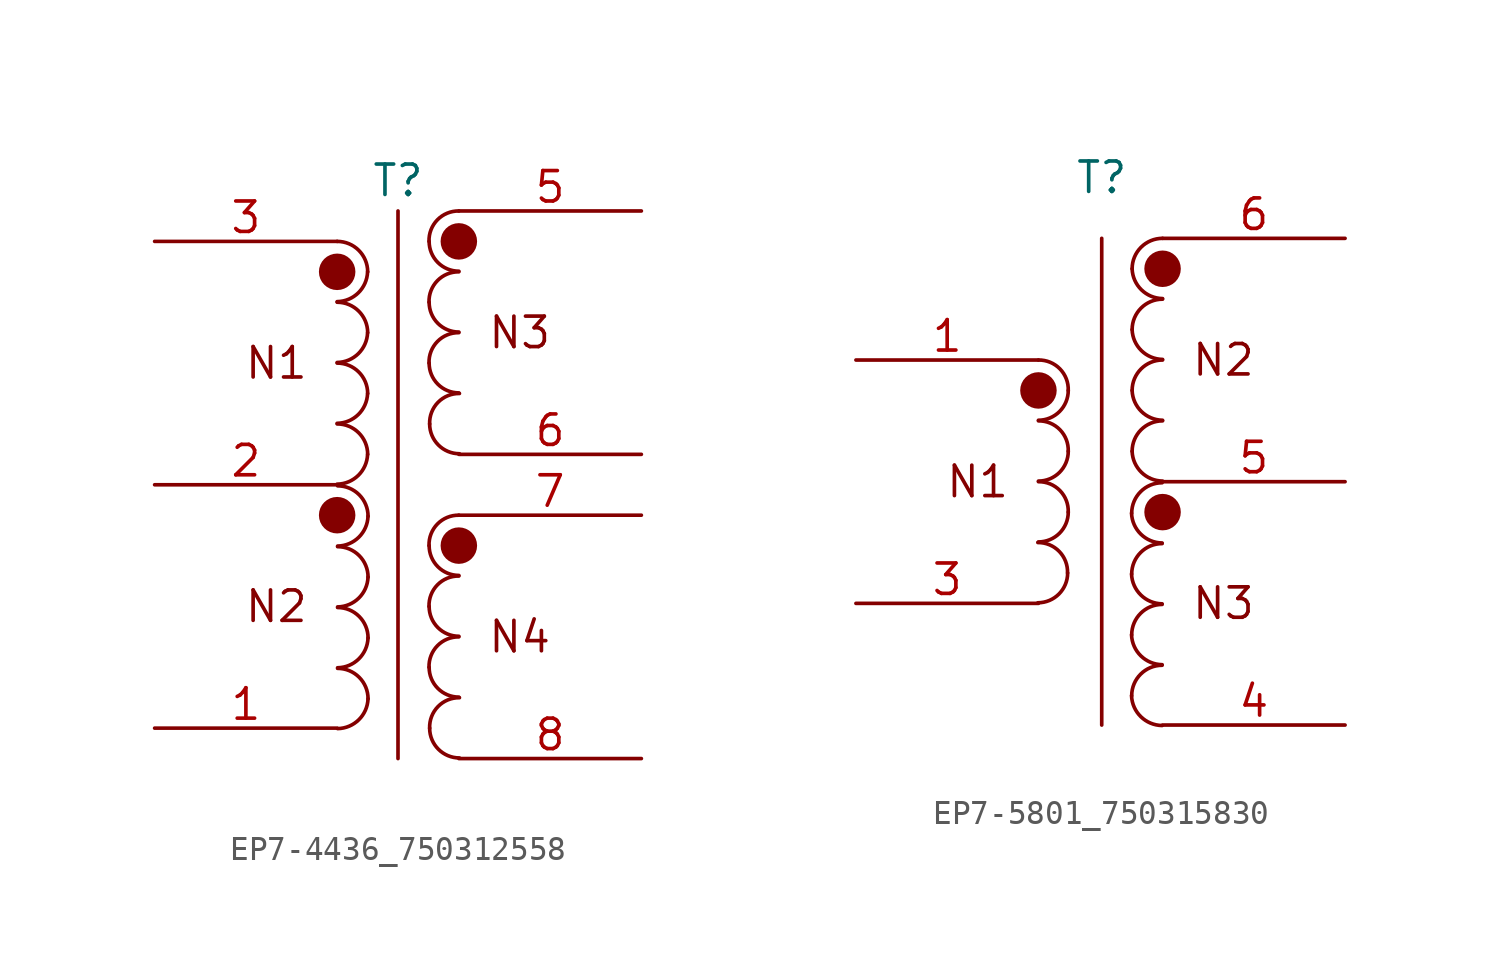
<source format=kicad_sym>
(kicad_symbol_lib
  (version 20220914)
  (generator kicad_symbol_editor)
  (symbol "EP7-4436_750312558"
    (pin_names hide)
    (property "Reference" "T"
      (at 0 12.7 0)
      (effects (font (size 1.27 1.27))))
    (property "Critical Parameter" ""
      (at 0 -5.08 0)
      (effects (font (size 1.27 1.27))))
    (symbol "EP7-4436_750312558_0_1"
      (arc (start -2.54 0.0254) (mid -1.6561 0.3937) (end -1.27 1.27) (stroke (width 0) (type default)) (fill (type none)))
      (arc (start -2.54 2.5654) (mid -1.6561 2.9337) (end -1.27 3.81) (stroke (width 0) (type default)) (fill (type none)))
      (arc (start -2.54 5.1054) (mid -1.6561 5.4737) (end -1.27 6.35) (stroke (width 0) (type default)) (fill (type none)))
      (arc (start -2.54 7.6454) (mid -1.6561 8.0137) (end -1.27 8.89) (stroke (width 0) (type default)) (fill (type none)))
      (arc (start -2.5215 -10.1791) (mid -1.6376 -9.8108) (end -1.2515 -8.9345) (stroke (width 0) (type default)) (fill (type none)))
      (arc (start -2.5215 -7.6391) (mid -1.6376 -7.2708) (end -1.2515 -6.3945) (stroke (width 0) (type default)) (fill (type none)))
      (arc (start -2.5215 -5.0991) (mid -1.6376 -4.7308) (end -1.2515 -3.8545) (stroke (width 0) (type default)) (fill (type none)))
      (arc (start -2.5215 -2.5591) (mid -1.6376 -2.1908) (end -1.2515 -1.3145) (stroke (width 0) (type default)) (fill (type none)))
      (arc (start -1.27 1.27) (mid -1.642 2.168) (end -2.54 2.54) (stroke (width 0) (type default)) (fill (type none)))
      (arc (start -1.27 3.81) (mid -1.642 4.708) (end -2.54 5.08) (stroke (width 0) (type default)) (fill (type none)))
      (arc (start -1.27 6.35) (mid -1.642 7.248) (end -2.54 7.62) (stroke (width 0) (type default)) (fill (type none)))
      (arc (start -1.27 8.89) (mid -1.642 9.788) (end -2.54 10.16) (stroke (width 0) (type default)) (fill (type none)))
      (arc (start -1.2515 -8.9345) (mid -1.6235 -8.0365) (end -2.5215 -7.6645) (stroke (width 0) (type default)) (fill (type none)))
      (arc (start -1.2515 -6.3945) (mid -1.6235 -5.4965) (end -2.5215 -5.1245) (stroke (width 0) (type default)) (fill (type none)))
      (arc (start -1.2515 -3.8545) (mid -1.6235 -2.9565) (end -2.5215 -2.5845) (stroke (width 0) (type default)) (fill (type none)))
      (arc (start -1.2515 -1.3145) (mid -1.6235 -0.4165) (end -2.5215 -0.0445) (stroke (width 0) (type default)) (fill (type none)))
      (polyline (pts (xy 0 11.43) (xy 0 -11.43)) (stroke (width 0) (type default)) (fill (type none)))
      (arc (start 1.2954 -7.62) (mid 1.6601 -8.4999) (end 2.54 -8.8646) (stroke (width 0) (type default)) (fill (type none)))
      (arc (start 1.2954 -5.08) (mid 1.6601 -5.9599) (end 2.54 -6.3246) (stroke (width 0) (type default)) (fill (type none)))
      (arc (start 1.2954 -2.54) (mid 1.6601 -3.4199) (end 2.54 -3.7846) (stroke (width 0) (type default)) (fill (type none)))
      (arc (start 1.2954 5.08) (mid 1.66 4.2001) (end 2.54 3.8354) (stroke (width 0) (type default)) (fill (type none)))
      (arc (start 1.2954 7.62) (mid 1.66 6.7401) (end 2.54 6.3754) (stroke (width 0) (type default)) (fill (type none)))
      (arc (start 1.2954 10.16) (mid 1.66 9.2801) (end 2.54 8.9154) (stroke (width 0) (type default)) (fill (type none)))
      (arc (start 1.3208 -10.16) (mid 1.6855 -11.0399) (end 2.5654 -11.4046) (stroke (width 0) (type default)) (fill (type none)))
      (arc (start 1.3208 2.54) (mid 1.6855 1.6601) (end 2.5654 1.2954) (stroke (width 0) (type default)) (fill (type none)))
      (arc (start 2.54 -6.35) (mid 1.6461 -6.7188) (end 1.2954 -7.62) (stroke (width 0) (type default)) (fill (type none)))
      (arc (start 2.54 -3.81) (mid 1.6461 -4.1788) (end 1.2954 -5.08) (stroke (width 0) (type default)) (fill (type none)))
      (arc (start 2.54 -1.27) (mid 1.6461 -1.6388) (end 1.2954 -2.54) (stroke (width 0) (type default)) (fill (type none)))
      (arc (start 2.54 6.35) (mid 1.6461 5.9814) (end 1.2954 5.08) (stroke (width 0) (type default)) (fill (type none)))
      (arc (start 2.54 8.89) (mid 1.6461 8.5214) (end 1.2954 7.62) (stroke (width 0) (type default)) (fill (type none)))
      (arc (start 2.54 11.43) (mid 1.6461 11.0614) (end 1.2954 10.16) (stroke (width 0) (type default)) (fill (type none)))
      (arc (start 2.5654 -8.89) (mid 1.6706 -9.258) (end 1.3208 -10.16) (stroke (width 0) (type default)) (fill (type none)))
      (arc (start 2.5654 3.81) (mid 1.6705 3.4419) (end 1.3208 2.54) (stroke (width 0) (type default)) (fill (type none))))
    (symbol "EP7-4436_750312558_1_1"
      (circle (center -2.54 -1.27) (radius 0.0001) (stroke (width 0.762) (type default)) (fill (type none)))
      (circle (center -2.54 8.89) (radius 0.0001) (stroke (width 0.762) (type default)) (fill (type none)))
      (circle (center 2.54 -2.54) (radius 0.0001) (stroke (width 0.762) (type default)) (fill (type none)))
      (circle (center 2.54 10.16) (radius 0.0001) (stroke (width 0.762) (type default)) (fill (type none)))
      (text "N1" (at -5.08 5.08 0) (effects (font (size 1.27 1.27))))
      (text "N2" (at -5.08 -5.08 0) (effects (font (size 1.27 1.27))))
      (text "N3" (at 5.08 6.35 0) (effects (font (size 1.27 1.27))))
      (text "N4" (at 5.08 -6.35 0) (effects (font (size 1.27 1.27))))
      (pin passive line (at -10.16 -10.16 0) (length 7.62) (name "1" (effects (font (size 1.27 1.27)))) (number "1" (effects (font (size 1.27 1.27)))))
      (pin passive line (at -10.16 0 0) (length 7.62) (name "2" (effects (font (size 1.27 1.27)))) (number "2" (effects (font (size 1.27 1.27)))))
      (pin passive line (at -10.16 10.16 0) (length 7.62) (name "3" (effects (font (size 1.27 1.27)))) (number "3" (effects (font (size 1.27 1.27)))))
      (pin passive line (at 10.16 11.43 180) (length 7.62) (name "5" (effects (font (size 1.27 1.27)))) (number "5" (effects (font (size 1.27 1.27)))))
      (pin passive line (at 10.16 1.27 180) (length 7.62) (name "6" (effects (font (size 1.27 1.27)))) (number "6" (effects (font (size 1.27 1.27)))))
      (pin passive line (at 10.16 -1.27 180) (length 7.62) (name "7" (effects (font (size 1.27 1.27)))) (number "7" (effects (font (size 1.27 1.27)))))
      (pin passive line (at 10.16 -11.43 180) (length 7.62) (name "8" (effects (font (size 1.27 1.27)))) (number "8" (effects (font (size 1.27 1.27)))))))
  (symbol "EP7-5801_750315830"
    (pin_names hide)
    (property "Reference" "T"
      (at 0 12.7 0)
      (effects (font (size 1.27 1.27))))
    (property "Critical Parameter" ""
      (at 0 -5.08 0)
      (effects (font (size 1.27 1.27))))
    (symbol "EP7-5801_750315830_0_1"
      (arc (start -2.667 -5.0546) (mid -1.7871 -4.6899) (end -1.4224 -3.81) (stroke (width 0) (type default)) (fill (type none)))
      (arc (start -2.6416 -2.5146) (mid -1.7611 -2.1503) (end -1.397 -1.27) (stroke (width 0) (type default)) (fill (type none)))
      (arc (start -2.6416 0.0254) (mid -1.7611 0.3897) (end -1.397 1.27) (stroke (width 0) (type default)) (fill (type none)))
      (arc (start -2.6416 2.5654) (mid -1.7611 2.9297) (end -1.397 3.81) (stroke (width 0) (type default)) (fill (type none)))
      (arc (start -1.4224 -3.81) (mid -1.7727 -2.9087) (end -2.667 -2.54) (stroke (width 0) (type default)) (fill (type none)))
      (arc (start -1.397 -1.27) (mid -1.7472 -0.3682) (end -2.6416 0) (stroke (width 0) (type default)) (fill (type none)))
      (arc (start -1.397 1.27) (mid -1.7472 2.1718) (end -2.6416 2.54) (stroke (width 0) (type default)) (fill (type none)))
      (arc (start -1.397 3.81) (mid -1.7472 4.7118) (end -2.6416 5.08) (stroke (width 0) (type default)) (fill (type none)))
      (polyline (pts (xy 0 10.16) (xy 0 -10.16)) (stroke (width 0) (type default)) (fill (type none)))
      (arc (start 1.2515 -8.9345) (mid 1.6376 -9.8108) (end 2.5215 -10.1791) (stroke (width 0) (type default)) (fill (type none)))
      (arc (start 1.2515 -6.3945) (mid 1.6376 -7.2708) (end 2.5215 -7.6391) (stroke (width 0) (type default)) (fill (type none)))
      (arc (start 1.2515 -3.8545) (mid 1.6376 -4.7308) (end 2.5215 -5.0991) (stroke (width 0) (type default)) (fill (type none)))
      (arc (start 1.2515 -1.3145) (mid 1.6376 -2.1908) (end 2.5215 -2.5591) (stroke (width 0) (type default)) (fill (type none)))
      (arc (start 1.27 1.27) (mid 1.6561 0.3937) (end 2.54 0.0254) (stroke (width 0) (type default)) (fill (type none)))
      (arc (start 1.27 3.81) (mid 1.6561 2.9337) (end 2.54 2.5654) (stroke (width 0) (type default)) (fill (type none)))
      (arc (start 1.27 6.35) (mid 1.6561 5.4737) (end 2.54 5.1054) (stroke (width 0) (type default)) (fill (type none)))
      (arc (start 1.27 8.89) (mid 1.6561 8.0137) (end 2.54 7.6454) (stroke (width 0) (type default)) (fill (type none)))
      (arc (start 2.5215 -7.6645) (mid 1.6235 -8.0365) (end 1.2515 -8.9345) (stroke (width 0) (type default)) (fill (type none)))
      (arc (start 2.5215 -5.1245) (mid 1.6235 -5.4965) (end 1.2515 -6.3945) (stroke (width 0) (type default)) (fill (type none)))
      (arc (start 2.5215 -2.5845) (mid 1.6235 -2.9565) (end 1.2515 -3.8545) (stroke (width 0) (type default)) (fill (type none)))
      (arc (start 2.5215 -0.0445) (mid 1.6235 -0.4165) (end 1.2515 -1.3145) (stroke (width 0) (type default)) (fill (type none)))
      (arc (start 2.54 2.54) (mid 1.642 2.168) (end 1.27 1.27) (stroke (width 0) (type default)) (fill (type none)))
      (arc (start 2.54 5.08) (mid 1.642 4.708) (end 1.27 3.81) (stroke (width 0) (type default)) (fill (type none)))
      (arc (start 2.54 7.62) (mid 1.642 7.248) (end 1.27 6.35) (stroke (width 0) (type default)) (fill (type none)))
      (arc (start 2.54 10.16) (mid 1.642 9.788) (end 1.27 8.89) (stroke (width 0) (type default)) (fill (type none))))
    (symbol "EP7-5801_750315830_1_1"
      (circle (center -2.642 3.81) (radius 0.0001) (stroke (width 0.762) (type default)) (fill (type none)))
      (circle (center 2.54 -1.27) (radius 0.0001) (stroke (width 0.762) (type default)) (fill (type none)))
      (circle (center 2.54 8.89) (radius 0.0001) (stroke (width 0.762) (type default)) (fill (type none)))
      (text "N1" (at -5.182 0 0) (effects (font (size 1.27 1.27))))
      (text "N2" (at 5.08 5.08 0) (effects (font (size 1.27 1.27))))
      (text "N3" (at 5.08 -5.08 0) (effects (font (size 1.27 1.27))))
      (pin passive line (at -10.262 5.08 0) (length 7.62) (name "1" (effects (font (size 1.27 1.27)))) (number "1" (effects (font (size 1.27 1.27)))))
      (pin passive line (at -10.262 -5.08 0) (length 7.62) (name "3" (effects (font (size 1.27 1.27)))) (number "3" (effects (font (size 1.27 1.27)))))
      (pin passive line (at 10.16 -10.16 180) (length 7.62) (name "4" (effects (font (size 1.27 1.27)))) (number "4" (effects (font (size 1.27 1.27)))))
      (pin passive line (at 10.16 0 180) (length 7.62) (name "5" (effects (font (size 1.27 1.27)))) (number "5" (effects (font (size 1.27 1.27)))))
      (pin passive line (at 10.16 10.16 180) (length 7.62) (name "6" (effects (font (size 1.27 1.27)))) (number "6" (effects (font (size 1.27 1.27))))))))
</source>
